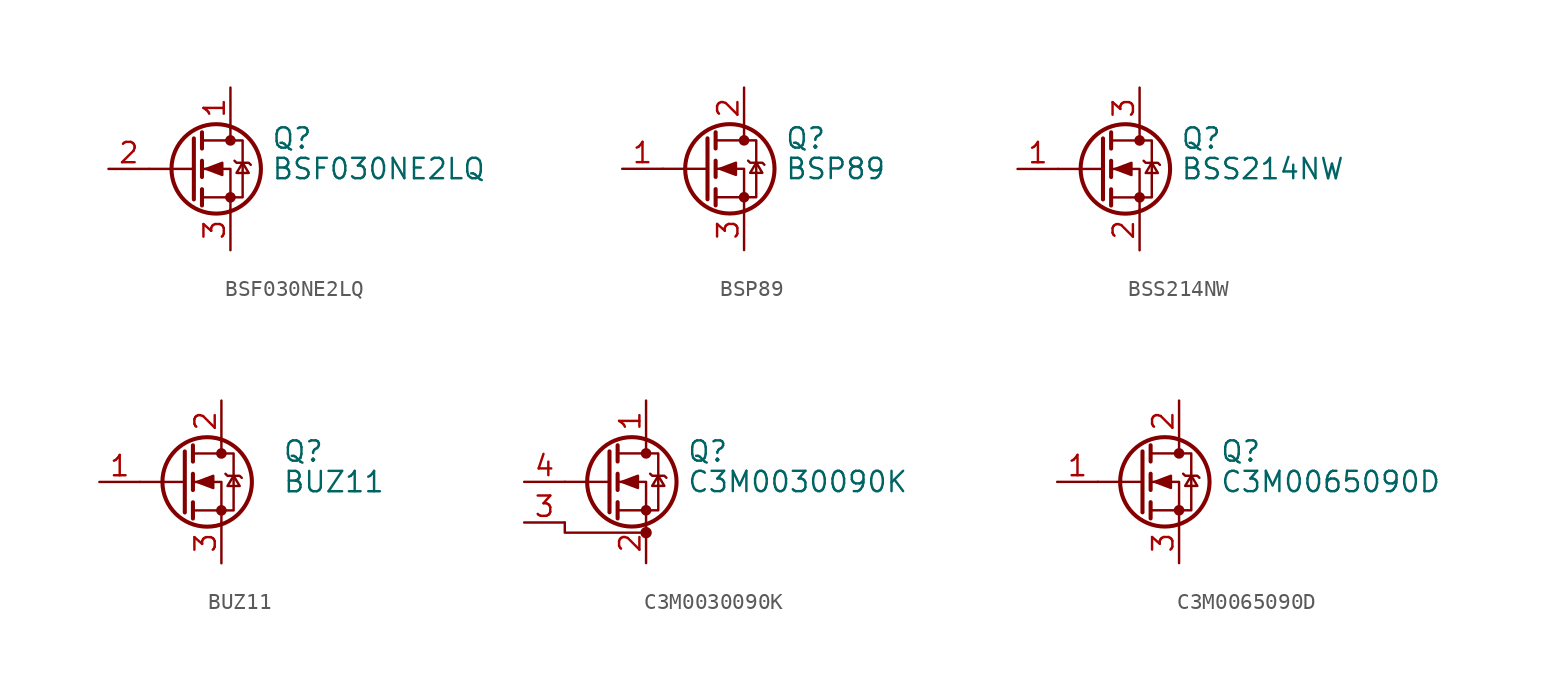
<source format=kicad_sym>
(kicad_symbol_lib
  (version 20220914)
  (generator kicad_symbol_editor)
  (symbol "BSF030NE2LQ"
    (pin_names hide)
    (property "Reference" "Q"
      (at 5.08 1.905 0)
      (effects (font (size 1.27 1.27)) (justify left)))
    (property "Value" "BSF030NE2LQ"
      (at 5.08 0 0)
      (effects (font (size 1.27 1.27)) (justify left)))
    (symbol "BSF030NE2LQ_0_1"
      (polyline (pts (xy 0.254 0) (xy -2.54 0)) (stroke (width 0) (type default)) (fill (type none)))
      (polyline (pts (xy 0.254 1.905) (xy 0.254 -1.905)) (stroke (width 0.254) (type default)) (fill (type none)))
      (polyline (pts (xy 0.762 -1.27) (xy 0.762 -2.286)) (stroke (width 0.254) (type default)) (fill (type none)))
      (polyline (pts (xy 0.762 0.508) (xy 0.762 -0.508)) (stroke (width 0.254) (type default)) (fill (type none)))
      (polyline (pts (xy 0.762 2.286) (xy 0.762 1.27)) (stroke (width 0.254) (type default)) (fill (type none)))
      (polyline (pts (xy 2.54 2.54) (xy 2.54 1.778)) (stroke (width 0) (type default)) (fill (type none)))
      (polyline (pts (xy 2.54 -2.54) (xy 2.54 0) (xy 0.762 0)) (stroke (width 0) (type default)) (fill (type none)))
      (polyline (pts (xy 0.762 -1.778) (xy 3.302 -1.778) (xy 3.302 1.778) (xy 0.762 1.778)) (stroke (width 0) (type default)) (fill (type none)))
      (polyline (pts (xy 1.016 0) (xy 2.032 0.381) (xy 2.032 -0.381) (xy 1.016 0)) (stroke (width 0) (type default)) (fill (type outline)))
      (polyline (pts (xy 2.794 0.508) (xy 2.921 0.381) (xy 3.683 0.381) (xy 3.81 0.254)) (stroke (width 0) (type default)) (fill (type none)))
      (polyline (pts (xy 3.302 0.381) (xy 2.921 -0.254) (xy 3.683 -0.254) (xy 3.302 0.381)) (stroke (width 0) (type default)) (fill (type none)))
      (circle (center 1.651 0) (radius 2.794) (stroke (width 0.254) (type default)) (fill (type none)))
      (circle (center 2.54 -1.778) (radius 0.254) (stroke (width 0) (type default)) (fill (type outline)))
      (circle (center 2.54 1.778) (radius 0.254) (stroke (width 0) (type default)) (fill (type outline))))
    (symbol "BSF030NE2LQ_1_1"
      (pin passive line (at 2.54 5.08 270) (length 2.54) (name "D" (effects (font (size 1.27 1.27)))) (number "1" (effects (font (size 1.27 1.27)))))
      (pin input line (at -5.08 0 0) (length 2.54) (name "G" (effects (font (size 1.27 1.27)))) (number "2" (effects (font (size 1.27 1.27)))))
      (pin passive line (at 2.54 -5.08 90) (length 2.54) (name "S" (effects (font (size 1.27 1.27)))) (number "3" (effects (font (size 1.27 1.27)))))))
  (symbol "BSP89"
    (pin_names hide)
    (property "Reference" "Q"
      (at 5.08 1.905 0)
      (effects (font (size 1.27 1.27)) (justify left)))
    (property "Value" "BSP89"
      (at 5.08 0 0)
      (effects (font (size 1.27 1.27)) (justify left)))
    (symbol "BSP89_0_1"
      (polyline (pts (xy 0.254 0) (xy -2.54 0)) (stroke (width 0) (type default)) (fill (type none)))
      (polyline (pts (xy 0.254 1.905) (xy 0.254 -1.905)) (stroke (width 0.254) (type default)) (fill (type none)))
      (polyline (pts (xy 0.762 -1.27) (xy 0.762 -2.286)) (stroke (width 0.254) (type default)) (fill (type none)))
      (polyline (pts (xy 0.762 0.508) (xy 0.762 -0.508)) (stroke (width 0.254) (type default)) (fill (type none)))
      (polyline (pts (xy 0.762 2.286) (xy 0.762 1.27)) (stroke (width 0.254) (type default)) (fill (type none)))
      (polyline (pts (xy 2.54 2.54) (xy 2.54 1.778)) (stroke (width 0) (type default)) (fill (type none)))
      (polyline (pts (xy 2.54 -2.54) (xy 2.54 0) (xy 0.762 0)) (stroke (width 0) (type default)) (fill (type none)))
      (polyline (pts (xy 0.762 -1.778) (xy 3.302 -1.778) (xy 3.302 1.778) (xy 0.762 1.778)) (stroke (width 0) (type default)) (fill (type none)))
      (polyline (pts (xy 1.016 0) (xy 2.032 0.381) (xy 2.032 -0.381) (xy 1.016 0)) (stroke (width 0) (type default)) (fill (type outline)))
      (polyline (pts (xy 2.794 0.508) (xy 2.921 0.381) (xy 3.683 0.381) (xy 3.81 0.254)) (stroke (width 0) (type default)) (fill (type none)))
      (polyline (pts (xy 3.302 0.381) (xy 2.921 -0.254) (xy 3.683 -0.254) (xy 3.302 0.381)) (stroke (width 0) (type default)) (fill (type none)))
      (circle (center 1.651 0) (radius 2.794) (stroke (width 0.254) (type default)) (fill (type none)))
      (circle (center 2.54 -1.778) (radius 0.254) (stroke (width 0) (type default)) (fill (type outline)))
      (circle (center 2.54 1.778) (radius 0.254) (stroke (width 0) (type default)) (fill (type outline))))
    (symbol "BSP89_1_1"
      (pin input line (at -5.08 0 0) (length 2.54) (name "G" (effects (font (size 1.27 1.27)))) (number "1" (effects (font (size 1.27 1.27)))))
      (pin passive line (at 2.54 5.08 270) (length 2.54) (name "D" (effects (font (size 1.27 1.27)))) (number "2" (effects (font (size 1.27 1.27)))))
      (pin passive line (at 2.54 -5.08 90) (length 2.54) (name "S" (effects (font (size 1.27 1.27)))) (number "3" (effects (font (size 1.27 1.27)))))))
  (symbol "BSS214NW"
    (pin_names hide)
    (property "Reference" "Q"
      (at 5.08 1.905 0)
      (effects (font (size 1.27 1.27)) (justify left)))
    (property "Value" "BSS214NW"
      (at 5.08 0 0)
      (effects (font (size 1.27 1.27)) (justify left)))
    (symbol "BSS214NW_0_1"
      (polyline (pts (xy 0.254 0) (xy -2.54 0)) (stroke (width 0) (type default)) (fill (type none)))
      (polyline (pts (xy 0.254 1.905) (xy 0.254 -1.905)) (stroke (width 0.254) (type default)) (fill (type none)))
      (polyline (pts (xy 0.762 -1.27) (xy 0.762 -2.286)) (stroke (width 0.254) (type default)) (fill (type none)))
      (polyline (pts (xy 0.762 0.508) (xy 0.762 -0.508)) (stroke (width 0.254) (type default)) (fill (type none)))
      (polyline (pts (xy 0.762 2.286) (xy 0.762 1.27)) (stroke (width 0.254) (type default)) (fill (type none)))
      (polyline (pts (xy 2.54 2.54) (xy 2.54 1.778)) (stroke (width 0) (type default)) (fill (type none)))
      (polyline (pts (xy 2.54 -2.54) (xy 2.54 0) (xy 0.762 0)) (stroke (width 0) (type default)) (fill (type none)))
      (polyline (pts (xy 0.762 -1.778) (xy 3.302 -1.778) (xy 3.302 1.778) (xy 0.762 1.778)) (stroke (width 0) (type default)) (fill (type none)))
      (polyline (pts (xy 1.016 0) (xy 2.032 0.381) (xy 2.032 -0.381) (xy 1.016 0)) (stroke (width 0) (type default)) (fill (type outline)))
      (polyline (pts (xy 2.794 0.508) (xy 2.921 0.381) (xy 3.683 0.381) (xy 3.81 0.254)) (stroke (width 0) (type default)) (fill (type none)))
      (polyline (pts (xy 3.302 0.381) (xy 2.921 -0.254) (xy 3.683 -0.254) (xy 3.302 0.381)) (stroke (width 0) (type default)) (fill (type none)))
      (circle (center 1.651 0) (radius 2.794) (stroke (width 0.254) (type default)) (fill (type none)))
      (circle (center 2.54 -1.778) (radius 0.254) (stroke (width 0) (type default)) (fill (type outline)))
      (circle (center 2.54 1.778) (radius 0.254) (stroke (width 0) (type default)) (fill (type outline))))
    (symbol "BSS214NW_1_1"
      (pin input line (at -5.08 0 0) (length 2.54) (name "G" (effects (font (size 1.27 1.27)))) (number "1" (effects (font (size 1.27 1.27)))))
      (pin passive line (at 2.54 -5.08 90) (length 2.54) (name "S" (effects (font (size 1.27 1.27)))) (number "2" (effects (font (size 1.27 1.27)))))
      (pin passive line (at 2.54 5.08 270) (length 2.54) (name "D" (effects (font (size 1.27 1.27)))) (number "3" (effects (font (size 1.27 1.27)))))))
  (symbol "BUZ11"
    (pin_names hide)
    (property "Reference" "Q"
      (at 6.35 1.905 0)
      (effects (font (size 1.27 1.27)) (justify left)))
    (property "Value" "BUZ11"
      (at 6.35 0 0)
      (effects (font (size 1.27 1.27)) (justify left)))
    (symbol "BUZ11_0_1"
      (polyline (pts (xy 0.254 0) (xy -2.54 0)) (stroke (width 0) (type default)) (fill (type none)))
      (polyline (pts (xy 0.254 1.905) (xy 0.254 -1.905)) (stroke (width 0.254) (type default)) (fill (type none)))
      (polyline (pts (xy 0.762 -1.27) (xy 0.762 -2.286)) (stroke (width 0.254) (type default)) (fill (type none)))
      (polyline (pts (xy 0.762 0.508) (xy 0.762 -0.508)) (stroke (width 0.254) (type default)) (fill (type none)))
      (polyline (pts (xy 0.762 2.286) (xy 0.762 1.27)) (stroke (width 0.254) (type default)) (fill (type none)))
      (polyline (pts (xy 2.54 2.54) (xy 2.54 1.778)) (stroke (width 0) (type default)) (fill (type none)))
      (polyline (pts (xy 2.54 -2.54) (xy 2.54 0) (xy 0.762 0)) (stroke (width 0) (type default)) (fill (type none)))
      (polyline (pts (xy 0.762 -1.778) (xy 3.302 -1.778) (xy 3.302 1.778) (xy 0.762 1.778)) (stroke (width 0) (type default)) (fill (type none)))
      (polyline (pts (xy 1.016 0) (xy 2.032 0.381) (xy 2.032 -0.381) (xy 1.016 0)) (stroke (width 0) (type default)) (fill (type outline)))
      (polyline (pts (xy 2.794 0.508) (xy 2.921 0.381) (xy 3.683 0.381) (xy 3.81 0.254)) (stroke (width 0) (type default)) (fill (type none)))
      (polyline (pts (xy 3.302 0.381) (xy 2.921 -0.254) (xy 3.683 -0.254) (xy 3.302 0.381)) (stroke (width 0) (type default)) (fill (type none)))
      (circle (center 1.651 0) (radius 2.794) (stroke (width 0.254) (type default)) (fill (type none)))
      (circle (center 2.54 -1.778) (radius 0.254) (stroke (width 0) (type default)) (fill (type outline)))
      (circle (center 2.54 1.778) (radius 0.254) (stroke (width 0) (type default)) (fill (type outline))))
    (symbol "BUZ11_1_1"
      (pin input line (at -5.08 0 0) (length 2.54) (name "G" (effects (font (size 1.27 1.27)))) (number "1" (effects (font (size 1.27 1.27)))))
      (pin passive line (at 2.54 5.08 270) (length 2.54) (name "D" (effects (font (size 1.27 1.27)))) (number "2" (effects (font (size 1.27 1.27)))))
      (pin passive line (at 2.54 -5.08 90) (length 2.54) (name "S" (effects (font (size 1.27 1.27)))) (number "3" (effects (font (size 1.27 1.27)))))))
  (symbol "C3M0030090K"
    (pin_names hide)
    (property "Reference" "Q"
      (at 5.08 1.905 0)
      (effects (font (size 1.27 1.27)) (justify left)))
    (property "Value" "C3M0030090K"
      (at 5.08 0 0)
      (effects (font (size 1.27 1.27)) (justify left)))
    (symbol "C3M0030090K_0_1"
      (polyline (pts (xy 0.254 0) (xy -2.54 0)) (stroke (width 0) (type default)) (fill (type none)))
      (polyline (pts (xy 0.254 1.905) (xy 0.254 -1.905)) (stroke (width 0.254) (type default)) (fill (type none)))
      (polyline (pts (xy 0.762 -1.27) (xy 0.762 -2.286)) (stroke (width 0.254) (type default)) (fill (type none)))
      (polyline (pts (xy 0.762 0.508) (xy 0.762 -0.508)) (stroke (width 0.254) (type default)) (fill (type none)))
      (polyline (pts (xy 0.762 2.286) (xy 0.762 1.27)) (stroke (width 0.254) (type default)) (fill (type none)))
      (polyline (pts (xy 2.54 2.54) (xy 2.54 1.778)) (stroke (width 0) (type default)) (fill (type none)))
      (polyline (pts (xy -2.54 -2.54) (xy -2.54 -3.175) (xy 2.54 -3.175)) (stroke (width 0) (type default)) (fill (type none)))
      (polyline (pts (xy 2.54 -2.54) (xy 2.54 0) (xy 0.762 0)) (stroke (width 0) (type default)) (fill (type none)))
      (polyline (pts (xy 0.762 -1.778) (xy 3.302 -1.778) (xy 3.302 1.778) (xy 0.762 1.778)) (stroke (width 0) (type default)) (fill (type none)))
      (polyline (pts (xy 1.016 0) (xy 2.032 0.381) (xy 2.032 -0.381) (xy 1.016 0)) (stroke (width 0) (type default)) (fill (type outline)))
      (polyline (pts (xy 2.794 0.508) (xy 2.921 0.381) (xy 3.683 0.381) (xy 3.81 0.254)) (stroke (width 0) (type default)) (fill (type none)))
      (polyline (pts (xy 3.302 0.381) (xy 2.921 -0.254) (xy 3.683 -0.254) (xy 3.302 0.381)) (stroke (width 0) (type default)) (fill (type none)))
      (circle (center 1.651 0) (radius 2.794) (stroke (width 0.254) (type default)) (fill (type none)))
      (circle (center 2.54 -3.175) (radius 0.279) (stroke (width 0) (type default)) (fill (type outline)))
      (circle (center 2.54 -1.778) (radius 0.254) (stroke (width 0) (type default)) (fill (type outline)))
      (circle (center 2.54 1.778) (radius 0.254) (stroke (width 0) (type default)) (fill (type outline))))
    (symbol "C3M0030090K_1_1"
      (pin passive line (at 2.54 5.08 270) (length 2.54) (name "D" (effects (font (size 1.27 1.27)))) (number "1" (effects (font (size 1.27 1.27)))))
      (pin passive line (at 2.54 -5.08 90) (length 2.54) (name "S" (effects (font (size 1.27 1.27)))) (number "2" (effects (font (size 1.27 1.27)))))
      (pin passive line (at -5.08 -2.54 0) (length 2.54) (name "DS" (effects (font (size 1.27 1.27)))) (number "3" (effects (font (size 1.27 1.27)))))
      (pin input line (at -5.08 0 0) (length 2.54) (name "G" (effects (font (size 1.27 1.27)))) (number "4" (effects (font (size 1.27 1.27)))))))
  (symbol "C3M0065090D"
    (pin_names hide)
    (property "Reference" "Q"
      (at 5.08 1.905 0)
      (effects (font (size 1.27 1.27)) (justify left)))
    (property "Value" "C3M0065090D"
      (at 5.08 0 0)
      (effects (font (size 1.27 1.27)) (justify left)))
    (symbol "C3M0065090D_0_1"
      (polyline (pts (xy 0.254 0) (xy -2.54 0)) (stroke (width 0) (type default)) (fill (type none)))
      (polyline (pts (xy 0.254 1.905) (xy 0.254 -1.905)) (stroke (width 0.254) (type default)) (fill (type none)))
      (polyline (pts (xy 0.762 -1.27) (xy 0.762 -2.286)) (stroke (width 0.254) (type default)) (fill (type none)))
      (polyline (pts (xy 0.762 0.508) (xy 0.762 -0.508)) (stroke (width 0.254) (type default)) (fill (type none)))
      (polyline (pts (xy 0.762 2.286) (xy 0.762 1.27)) (stroke (width 0.254) (type default)) (fill (type none)))
      (polyline (pts (xy 2.54 2.54) (xy 2.54 1.778)) (stroke (width 0) (type default)) (fill (type none)))
      (polyline (pts (xy 2.54 -2.54) (xy 2.54 0) (xy 0.762 0)) (stroke (width 0) (type default)) (fill (type none)))
      (polyline (pts (xy 0.762 -1.778) (xy 3.302 -1.778) (xy 3.302 1.778) (xy 0.762 1.778)) (stroke (width 0) (type default)) (fill (type none)))
      (polyline (pts (xy 1.016 0) (xy 2.032 0.381) (xy 2.032 -0.381) (xy 1.016 0)) (stroke (width 0) (type default)) (fill (type outline)))
      (polyline (pts (xy 2.794 0.508) (xy 2.921 0.381) (xy 3.683 0.381) (xy 3.81 0.254)) (stroke (width 0) (type default)) (fill (type none)))
      (polyline (pts (xy 3.302 0.381) (xy 2.921 -0.254) (xy 3.683 -0.254) (xy 3.302 0.381)) (stroke (width 0) (type default)) (fill (type none)))
      (circle (center 1.651 0) (radius 2.794) (stroke (width 0.254) (type default)) (fill (type none)))
      (circle (center 2.54 -1.778) (radius 0.254) (stroke (width 0) (type default)) (fill (type outline)))
      (circle (center 2.54 1.778) (radius 0.254) (stroke (width 0) (type default)) (fill (type outline))))
    (symbol "C3M0065090D_1_1"
      (pin input line (at -5.08 0 0) (length 2.54) (name "G" (effects (font (size 1.27 1.27)))) (number "1" (effects (font (size 1.27 1.27)))))
      (pin passive line (at 2.54 5.08 270) (length 2.54) (name "D" (effects (font (size 1.27 1.27)))) (number "2" (effects (font (size 1.27 1.27)))))
      (pin passive line (at 2.54 -5.08 90) (length 2.54) (name "S" (effects (font (size 1.27 1.27)))) (number "3" (effects (font (size 1.27 1.27))))))))
</source>
